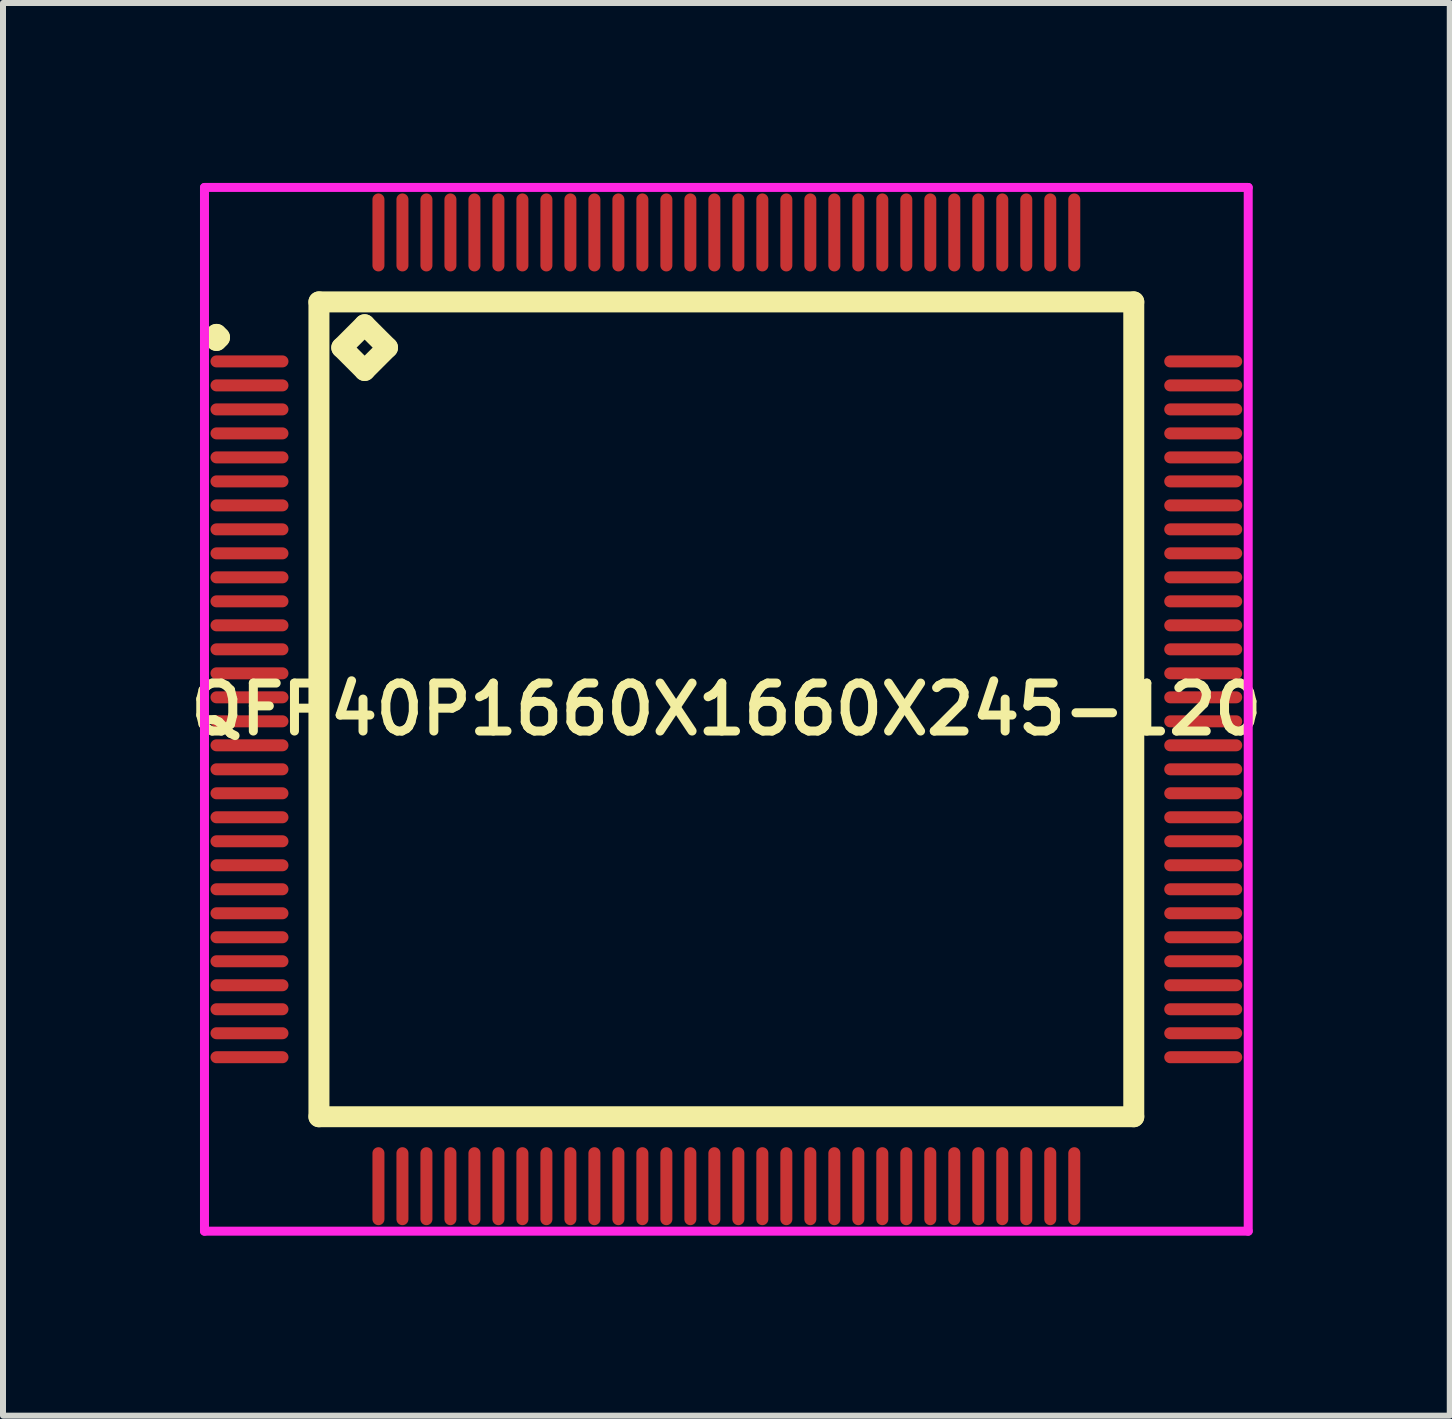
<source format=kicad_pcb>
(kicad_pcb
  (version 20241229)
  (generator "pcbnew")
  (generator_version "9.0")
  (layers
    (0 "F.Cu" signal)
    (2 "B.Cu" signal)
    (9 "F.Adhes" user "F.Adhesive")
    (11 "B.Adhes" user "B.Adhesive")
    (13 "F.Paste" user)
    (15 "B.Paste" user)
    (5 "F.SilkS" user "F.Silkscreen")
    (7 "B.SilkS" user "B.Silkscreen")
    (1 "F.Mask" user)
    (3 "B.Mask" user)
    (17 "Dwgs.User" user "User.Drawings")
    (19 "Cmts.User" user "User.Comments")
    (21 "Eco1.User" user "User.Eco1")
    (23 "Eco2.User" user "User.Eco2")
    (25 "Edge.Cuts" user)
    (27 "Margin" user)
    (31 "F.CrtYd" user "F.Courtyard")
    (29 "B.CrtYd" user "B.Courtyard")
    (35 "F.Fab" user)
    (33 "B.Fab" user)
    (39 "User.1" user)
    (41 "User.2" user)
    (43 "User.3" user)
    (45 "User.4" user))
  (footprint "QFP40P1660X1660X245-120"
    (layer "F.Cu")
    (at 9.059 8.775)
    (property "Reference" "QFP40P1660X1660X245-120" (at 0 0 0) (layer "F.SilkS") (effects (font (size 0.8 0.8) (thickness 0.15))))
    (attr smd)
    (fp_line (start -8.55 -6.2) (end -8.5 -6.25) (stroke (width 0.35) (type solid)) (layer "F.SilkS"))
    (fp_line (start -8.5 -6.25) (end -8.45 -6.2) (stroke (width 0.35) (type solid)) (layer "F.SilkS"))
    (fp_line (start -8.5 -6.15) (end -8.55 -6.2) (stroke (width 0.35) (type solid)) (layer "F.SilkS"))
    (fp_line (start -8.45 -6.2) (end -8.5 -6.15) (stroke (width 0.35) (type solid)) (layer "F.SilkS"))
    (fp_line (start -6.792 -6.792) (end -6.792 6.792) (stroke (width 0.35) (type solid)) (layer "F.SilkS"))
    (fp_line (start -6.792 6.792) (end 6.792 6.792) (stroke (width 0.35) (type solid)) (layer "F.SilkS"))
    (fp_line (start -6.411 -6.03) (end -6.03 -6.411) (stroke (width 0.35) (type solid)) (layer "F.SilkS"))
    (fp_line (start -6.03 -6.411) (end -5.649 -6.03) (stroke (width 0.35) (type solid)) (layer "F.SilkS"))
    (fp_line (start -6.03 -5.649) (end -6.411 -6.03) (stroke (width 0.35) (type solid)) (layer "F.SilkS"))
    (fp_line (start -5.649 -6.03) (end -6.03 -5.649) (stroke (width 0.35) (type solid)) (layer "F.SilkS"))
    (fp_line (start 6.792 -6.792) (end -6.792 -6.792) (stroke (width 0.35) (type solid)) (layer "F.SilkS"))
    (fp_line (start 6.792 6.792) (end 6.792 -6.792) (stroke (width 0.35) (type solid)) (layer "F.SilkS"))
    (fp_line (start -8.7 -8.7) (end 8.7 -8.7) (stroke (width 0.15) (type solid)) (layer "F.CrtYd"))
    (fp_line (start -8.7 8.7) (end -8.7 -8.7) (stroke (width 0.15) (type solid)) (layer "F.CrtYd"))
    (fp_line (start 8.7 -8.7) (end 8.7 8.7) (stroke (width 0.15) (type solid)) (layer "F.CrtYd"))
    (fp_line (start 8.7 8.7) (end -8.7 8.7) (stroke (width 0.15) (type solid)) (layer "F.CrtYd"))
    (pad "1" smd oval (at -7.95 -5.8) (size 1.3 0.2) (layers "F.Cu" "F.Mask" "F.Paste"))
    (pad "2" smd oval (at -7.95 -5.4) (size 1.3 0.2) (layers "F.Cu" "F.Mask" "F.Paste"))
    (pad "3" smd oval (at -7.95 -5) (size 1.3 0.2) (layers "F.Cu" "F.Mask" "F.Paste"))
    (pad "4" smd oval (at -7.95 -4.6) (size 1.3 0.2) (layers "F.Cu" "F.Mask" "F.Paste"))
    (pad "5" smd oval (at -7.95 -4.2) (size 1.3 0.2) (layers "F.Cu" "F.Mask" "F.Paste"))
    (pad "6" smd oval (at -7.95 -3.8) (size 1.3 0.2) (layers "F.Cu" "F.Mask" "F.Paste"))
    (pad "7" smd oval (at -7.95 -3.4) (size 1.3 0.2) (layers "F.Cu" "F.Mask" "F.Paste"))
    (pad "8" smd oval (at -7.95 -3) (size 1.3 0.2) (layers "F.Cu" "F.Mask" "F.Paste"))
    (pad "9" smd oval (at -7.95 -2.6) (size 1.3 0.2) (layers "F.Cu" "F.Mask" "F.Paste"))
    (pad "10" smd oval (at -7.95 -2.2) (size 1.3 0.2) (layers "F.Cu" "F.Mask" "F.Paste"))
    (pad "11" smd oval (at -7.95 -1.8) (size 1.3 0.2) (layers "F.Cu" "F.Mask" "F.Paste"))
    (pad "12" smd oval (at -7.95 -1.4) (size 1.3 0.2) (layers "F.Cu" "F.Mask" "F.Paste"))
    (pad "13" smd oval (at -7.95 -1) (size 1.3 0.2) (layers "F.Cu" "F.Mask" "F.Paste"))
    (pad "14" smd oval (at -7.95 -0.6) (size 1.3 0.2) (layers "F.Cu" "F.Mask" "F.Paste"))
    (pad "15" smd oval (at -7.95 -0.2) (size 1.3 0.2) (layers "F.Cu" "F.Mask" "F.Paste"))
    (pad "16" smd oval (at -7.95 0.2) (size 1.3 0.2) (layers "F.Cu" "F.Mask" "F.Paste"))
    (pad "17" smd oval (at -7.95 0.6) (size 1.3 0.2) (layers "F.Cu" "F.Mask" "F.Paste"))
    (pad "18" smd oval (at -7.95 1) (size 1.3 0.2) (layers "F.Cu" "F.Mask" "F.Paste"))
    (pad "19" smd oval (at -7.95 1.4) (size 1.3 0.2) (layers "F.Cu" "F.Mask" "F.Paste"))
    (pad "20" smd oval (at -7.95 1.8) (size 1.3 0.2) (layers "F.Cu" "F.Mask" "F.Paste"))
    (pad "21" smd oval (at -7.95 2.2) (size 1.3 0.2) (layers "F.Cu" "F.Mask" "F.Paste"))
    (pad "22" smd oval (at -7.95 2.6) (size 1.3 0.2) (layers "F.Cu" "F.Mask" "F.Paste"))
    (pad "23" smd oval (at -7.95 3) (size 1.3 0.2) (layers "F.Cu" "F.Mask" "F.Paste"))
    (pad "24" smd oval (at -7.95 3.4) (size 1.3 0.2) (layers "F.Cu" "F.Mask" "F.Paste"))
    (pad "25" smd oval (at -7.95 3.8) (size 1.3 0.2) (layers "F.Cu" "F.Mask" "F.Paste"))
    (pad "26" smd oval (at -7.95 4.2) (size 1.3 0.2) (layers "F.Cu" "F.Mask" "F.Paste"))
    (pad "27" smd oval (at -7.95 4.6) (size 1.3 0.2) (layers "F.Cu" "F.Mask" "F.Paste"))
    (pad "28" smd oval (at -7.95 5) (size 1.3 0.2) (layers "F.Cu" "F.Mask" "F.Paste"))
    (pad "29" smd oval (at -7.95 5.4) (size 1.3 0.2) (layers "F.Cu" "F.Mask" "F.Paste"))
    (pad "30" smd oval (at -7.95 5.8) (size 1.3 0.2) (layers "F.Cu" "F.Mask" "F.Paste"))
    (pad "31" smd oval (at -5.8 7.95) (size 0.2 1.3) (layers "F.Cu" "F.Mask" "F.Paste"))
    (pad "32" smd oval (at -5.4 7.95) (size 0.2 1.3) (layers "F.Cu" "F.Mask" "F.Paste"))
    (pad "33" smd oval (at -5 7.95) (size 0.2 1.3) (layers "F.Cu" "F.Mask" "F.Paste"))
    (pad "34" smd oval (at -4.6 7.95) (size 0.2 1.3) (layers "F.Cu" "F.Mask" "F.Paste"))
    (pad "35" smd oval (at -4.2 7.95) (size 0.2 1.3) (layers "F.Cu" "F.Mask" "F.Paste"))
    (pad "36" smd oval (at -3.8 7.95) (size 0.2 1.3) (layers "F.Cu" "F.Mask" "F.Paste"))
    (pad "37" smd oval (at -3.4 7.95) (size 0.2 1.3) (layers "F.Cu" "F.Mask" "F.Paste"))
    (pad "38" smd oval (at -3 7.95) (size 0.2 1.3) (layers "F.Cu" "F.Mask" "F.Paste"))
    (pad "39" smd oval (at -2.6 7.95) (size 0.2 1.3) (layers "F.Cu" "F.Mask" "F.Paste"))
    (pad "40" smd oval (at -2.2 7.95) (size 0.2 1.3) (layers "F.Cu" "F.Mask" "F.Paste"))
    (pad "41" smd oval (at -1.8 7.95) (size 0.2 1.3) (layers "F.Cu" "F.Mask" "F.Paste"))
    (pad "42" smd oval (at -1.4 7.95) (size 0.2 1.3) (layers "F.Cu" "F.Mask" "F.Paste"))
    (pad "43" smd oval (at -1 7.95) (size 0.2 1.3) (layers "F.Cu" "F.Mask" "F.Paste"))
    (pad "44" smd oval (at -0.6 7.95) (size 0.2 1.3) (layers "F.Cu" "F.Mask" "F.Paste"))
    (pad "45" smd oval (at -0.2 7.95) (size 0.2 1.3) (layers "F.Cu" "F.Mask" "F.Paste"))
    (pad "46" smd oval (at 0.2 7.95) (size 0.2 1.3) (layers "F.Cu" "F.Mask" "F.Paste"))
    (pad "47" smd oval (at 0.6 7.95) (size 0.2 1.3) (layers "F.Cu" "F.Mask" "F.Paste"))
    (pad "48" smd oval (at 1 7.95) (size 0.2 1.3) (layers "F.Cu" "F.Mask" "F.Paste"))
    (pad "49" smd oval (at 1.4 7.95) (size 0.2 1.3) (layers "F.Cu" "F.Mask" "F.Paste"))
    (pad "50" smd oval (at 1.8 7.95) (size 0.2 1.3) (layers "F.Cu" "F.Mask" "F.Paste"))
    (pad "51" smd oval (at 2.2 7.95) (size 0.2 1.3) (layers "F.Cu" "F.Mask" "F.Paste"))
    (pad "52" smd oval (at 2.6 7.95) (size 0.2 1.3) (layers "F.Cu" "F.Mask" "F.Paste"))
    (pad "53" smd oval (at 3 7.95) (size 0.2 1.3) (layers "F.Cu" "F.Mask" "F.Paste"))
    (pad "54" smd oval (at 3.4 7.95) (size 0.2 1.3) (layers "F.Cu" "F.Mask" "F.Paste"))
    (pad "55" smd oval (at 3.8 7.95) (size 0.2 1.3) (layers "F.Cu" "F.Mask" "F.Paste"))
    (pad "56" smd oval (at 4.2 7.95) (size 0.2 1.3) (layers "F.Cu" "F.Mask" "F.Paste"))
    (pad "57" smd oval (at 4.6 7.95) (size 0.2 1.3) (layers "F.Cu" "F.Mask" "F.Paste"))
    (pad "58" smd oval (at 5 7.95) (size 0.2 1.3) (layers "F.Cu" "F.Mask" "F.Paste"))
    (pad "59" smd oval (at 5.4 7.95) (size 0.2 1.3) (layers "F.Cu" "F.Mask" "F.Paste"))
    (pad "60" smd oval (at 5.8 7.95) (size 0.2 1.3) (layers "F.Cu" "F.Mask" "F.Paste"))
    (pad "61" smd oval (at 7.95 5.8) (size 1.3 0.2) (layers "F.Cu" "F.Mask" "F.Paste"))
    (pad "62" smd oval (at 7.95 5.4) (size 1.3 0.2) (layers "F.Cu" "F.Mask" "F.Paste"))
    (pad "63" smd oval (at 7.95 5) (size 1.3 0.2) (layers "F.Cu" "F.Mask" "F.Paste"))
    (pad "64" smd oval (at 7.95 4.6) (size 1.3 0.2) (layers "F.Cu" "F.Mask" "F.Paste"))
    (pad "65" smd oval (at 7.95 4.2) (size 1.3 0.2) (layers "F.Cu" "F.Mask" "F.Paste"))
    (pad "66" smd oval (at 7.95 3.8) (size 1.3 0.2) (layers "F.Cu" "F.Mask" "F.Paste"))
    (pad "67" smd oval (at 7.95 3.4) (size 1.3 0.2) (layers "F.Cu" "F.Mask" "F.Paste"))
    (pad "68" smd oval (at 7.95 3) (size 1.3 0.2) (layers "F.Cu" "F.Mask" "F.Paste"))
    (pad "69" smd oval (at 7.95 2.6) (size 1.3 0.2) (layers "F.Cu" "F.Mask" "F.Paste"))
    (pad "70" smd oval (at 7.95 2.2) (size 1.3 0.2) (layers "F.Cu" "F.Mask" "F.Paste"))
    (pad "71" smd oval (at 7.95 1.8) (size 1.3 0.2) (layers "F.Cu" "F.Mask" "F.Paste"))
    (pad "72" smd oval (at 7.95 1.4) (size 1.3 0.2) (layers "F.Cu" "F.Mask" "F.Paste"))
    (pad "73" smd oval (at 7.95 1) (size 1.3 0.2) (layers "F.Cu" "F.Mask" "F.Paste"))
    (pad "74" smd oval (at 7.95 0.6) (size 1.3 0.2) (layers "F.Cu" "F.Mask" "F.Paste"))
    (pad "75" smd oval (at 7.95 0.2) (size 1.3 0.2) (layers "F.Cu" "F.Mask" "F.Paste"))
    (pad "76" smd oval (at 7.95 -0.2) (size 1.3 0.2) (layers "F.Cu" "F.Mask" "F.Paste"))
    (pad "77" smd oval (at 7.95 -0.6) (size 1.3 0.2) (layers "F.Cu" "F.Mask" "F.Paste"))
    (pad "78" smd oval (at 7.95 -1) (size 1.3 0.2) (layers "F.Cu" "F.Mask" "F.Paste"))
    (pad "79" smd oval (at 7.95 -1.4) (size 1.3 0.2) (layers "F.Cu" "F.Mask" "F.Paste"))
    (pad "80" smd oval (at 7.95 -1.8) (size 1.3 0.2) (layers "F.Cu" "F.Mask" "F.Paste"))
    (pad "81" smd oval (at 7.95 -2.2) (size 1.3 0.2) (layers "F.Cu" "F.Mask" "F.Paste"))
    (pad "82" smd oval (at 7.95 -2.6) (size 1.3 0.2) (layers "F.Cu" "F.Mask" "F.Paste"))
    (pad "83" smd oval (at 7.95 -3) (size 1.3 0.2) (layers "F.Cu" "F.Mask" "F.Paste"))
    (pad "84" smd oval (at 7.95 -3.4) (size 1.3 0.2) (layers "F.Cu" "F.Mask" "F.Paste"))
    (pad "85" smd oval (at 7.95 -3.8) (size 1.3 0.2) (layers "F.Cu" "F.Mask" "F.Paste"))
    (pad "86" smd oval (at 7.95 -4.2) (size 1.3 0.2) (layers "F.Cu" "F.Mask" "F.Paste"))
    (pad "87" smd oval (at 7.95 -4.6) (size 1.3 0.2) (layers "F.Cu" "F.Mask" "F.Paste"))
    (pad "88" smd oval (at 7.95 -5) (size 1.3 0.2) (layers "F.Cu" "F.Mask" "F.Paste"))
    (pad "89" smd oval (at 7.95 -5.4) (size 1.3 0.2) (layers "F.Cu" "F.Mask" "F.Paste"))
    (pad "90" smd oval (at 7.95 -5.8) (size 1.3 0.2) (layers "F.Cu" "F.Mask" "F.Paste"))
    (pad "91" smd oval (at 5.8 -7.95) (size 0.2 1.3) (layers "F.Cu" "F.Mask" "F.Paste"))
    (pad "92" smd oval (at 5.4 -7.95) (size 0.2 1.3) (layers "F.Cu" "F.Mask" "F.Paste"))
    (pad "93" smd oval (at 5 -7.95) (size 0.2 1.3) (layers "F.Cu" "F.Mask" "F.Paste"))
    (pad "94" smd oval (at 4.6 -7.95) (size 0.2 1.3) (layers "F.Cu" "F.Mask" "F.Paste"))
    (pad "95" smd oval (at 4.2 -7.95) (size 0.2 1.3) (layers "F.Cu" "F.Mask" "F.Paste"))
    (pad "96" smd oval (at 3.8 -7.95) (size 0.2 1.3) (layers "F.Cu" "F.Mask" "F.Paste"))
    (pad "97" smd oval (at 3.4 -7.95) (size 0.2 1.3) (layers "F.Cu" "F.Mask" "F.Paste"))
    (pad "98" smd oval (at 3 -7.95) (size 0.2 1.3) (layers "F.Cu" "F.Mask" "F.Paste"))
    (pad "99" smd oval (at 2.6 -7.95) (size 0.2 1.3) (layers "F.Cu" "F.Mask" "F.Paste"))
    (pad "100" smd oval (at 2.2 -7.95) (size 0.2 1.3) (layers "F.Cu" "F.Mask" "F.Paste"))
    (pad "101" smd oval (at 1.8 -7.95) (size 0.2 1.3) (layers "F.Cu" "F.Mask" "F.Paste"))
    (pad "102" smd oval (at 1.4 -7.95) (size 0.2 1.3) (layers "F.Cu" "F.Mask" "F.Paste"))
    (pad "103" smd oval (at 1 -7.95) (size 0.2 1.3) (layers "F.Cu" "F.Mask" "F.Paste"))
    (pad "104" smd oval (at 0.6 -7.95) (size 0.2 1.3) (layers "F.Cu" "F.Mask" "F.Paste"))
    (pad "105" smd oval (at 0.2 -7.95) (size 0.2 1.3) (layers "F.Cu" "F.Mask" "F.Paste"))
    (pad "106" smd oval (at -0.2 -7.95) (size 0.2 1.3) (layers "F.Cu" "F.Mask" "F.Paste"))
    (pad "107" smd oval (at -0.6 -7.95) (size 0.2 1.3) (layers "F.Cu" "F.Mask" "F.Paste"))
    (pad "108" smd oval (at -1 -7.95) (size 0.2 1.3) (layers "F.Cu" "F.Mask" "F.Paste"))
    (pad "109" smd oval (at -1.4 -7.95) (size 0.2 1.3) (layers "F.Cu" "F.Mask" "F.Paste"))
    (pad "110" smd oval (at -1.8 -7.95) (size 0.2 1.3) (layers "F.Cu" "F.Mask" "F.Paste"))
    (pad "111" smd oval (at -2.2 -7.95) (size 0.2 1.3) (layers "F.Cu" "F.Mask" "F.Paste"))
    (pad "112" smd oval (at -2.6 -7.95) (size 0.2 1.3) (layers "F.Cu" "F.Mask" "F.Paste"))
    (pad "113" smd oval (at -3 -7.95) (size 0.2 1.3) (layers "F.Cu" "F.Mask" "F.Paste"))
    (pad "114" smd oval (at -3.4 -7.95) (size 0.2 1.3) (layers "F.Cu" "F.Mask" "F.Paste"))
    (pad "115" smd oval (at -3.8 -7.95) (size 0.2 1.3) (layers "F.Cu" "F.Mask" "F.Paste"))
    (pad "116" smd oval (at -4.2 -7.95) (size 0.2 1.3) (layers "F.Cu" "F.Mask" "F.Paste"))
    (pad "117" smd oval (at -4.6 -7.95) (size 0.2 1.3) (layers "F.Cu" "F.Mask" "F.Paste"))
    (pad "118" smd oval (at -5 -7.95) (size 0.2 1.3) (layers "F.Cu" "F.Mask" "F.Paste"))
    (pad "119" smd oval (at -5.4 -7.95) (size 0.2 1.3) (layers "F.Cu" "F.Mask" "F.Paste"))
    (pad "120" smd oval (at -5.8 -7.95) (size 0.2 1.3) (layers "F.Cu" "F.Mask" "F.Paste")))
  (gr_rect
    (start -3 -3)
    (end 21.119 20.55)
    (stroke (width 0.1) (type default))
    (fill no)
    (layer "Edge.Cuts")))
</source>
